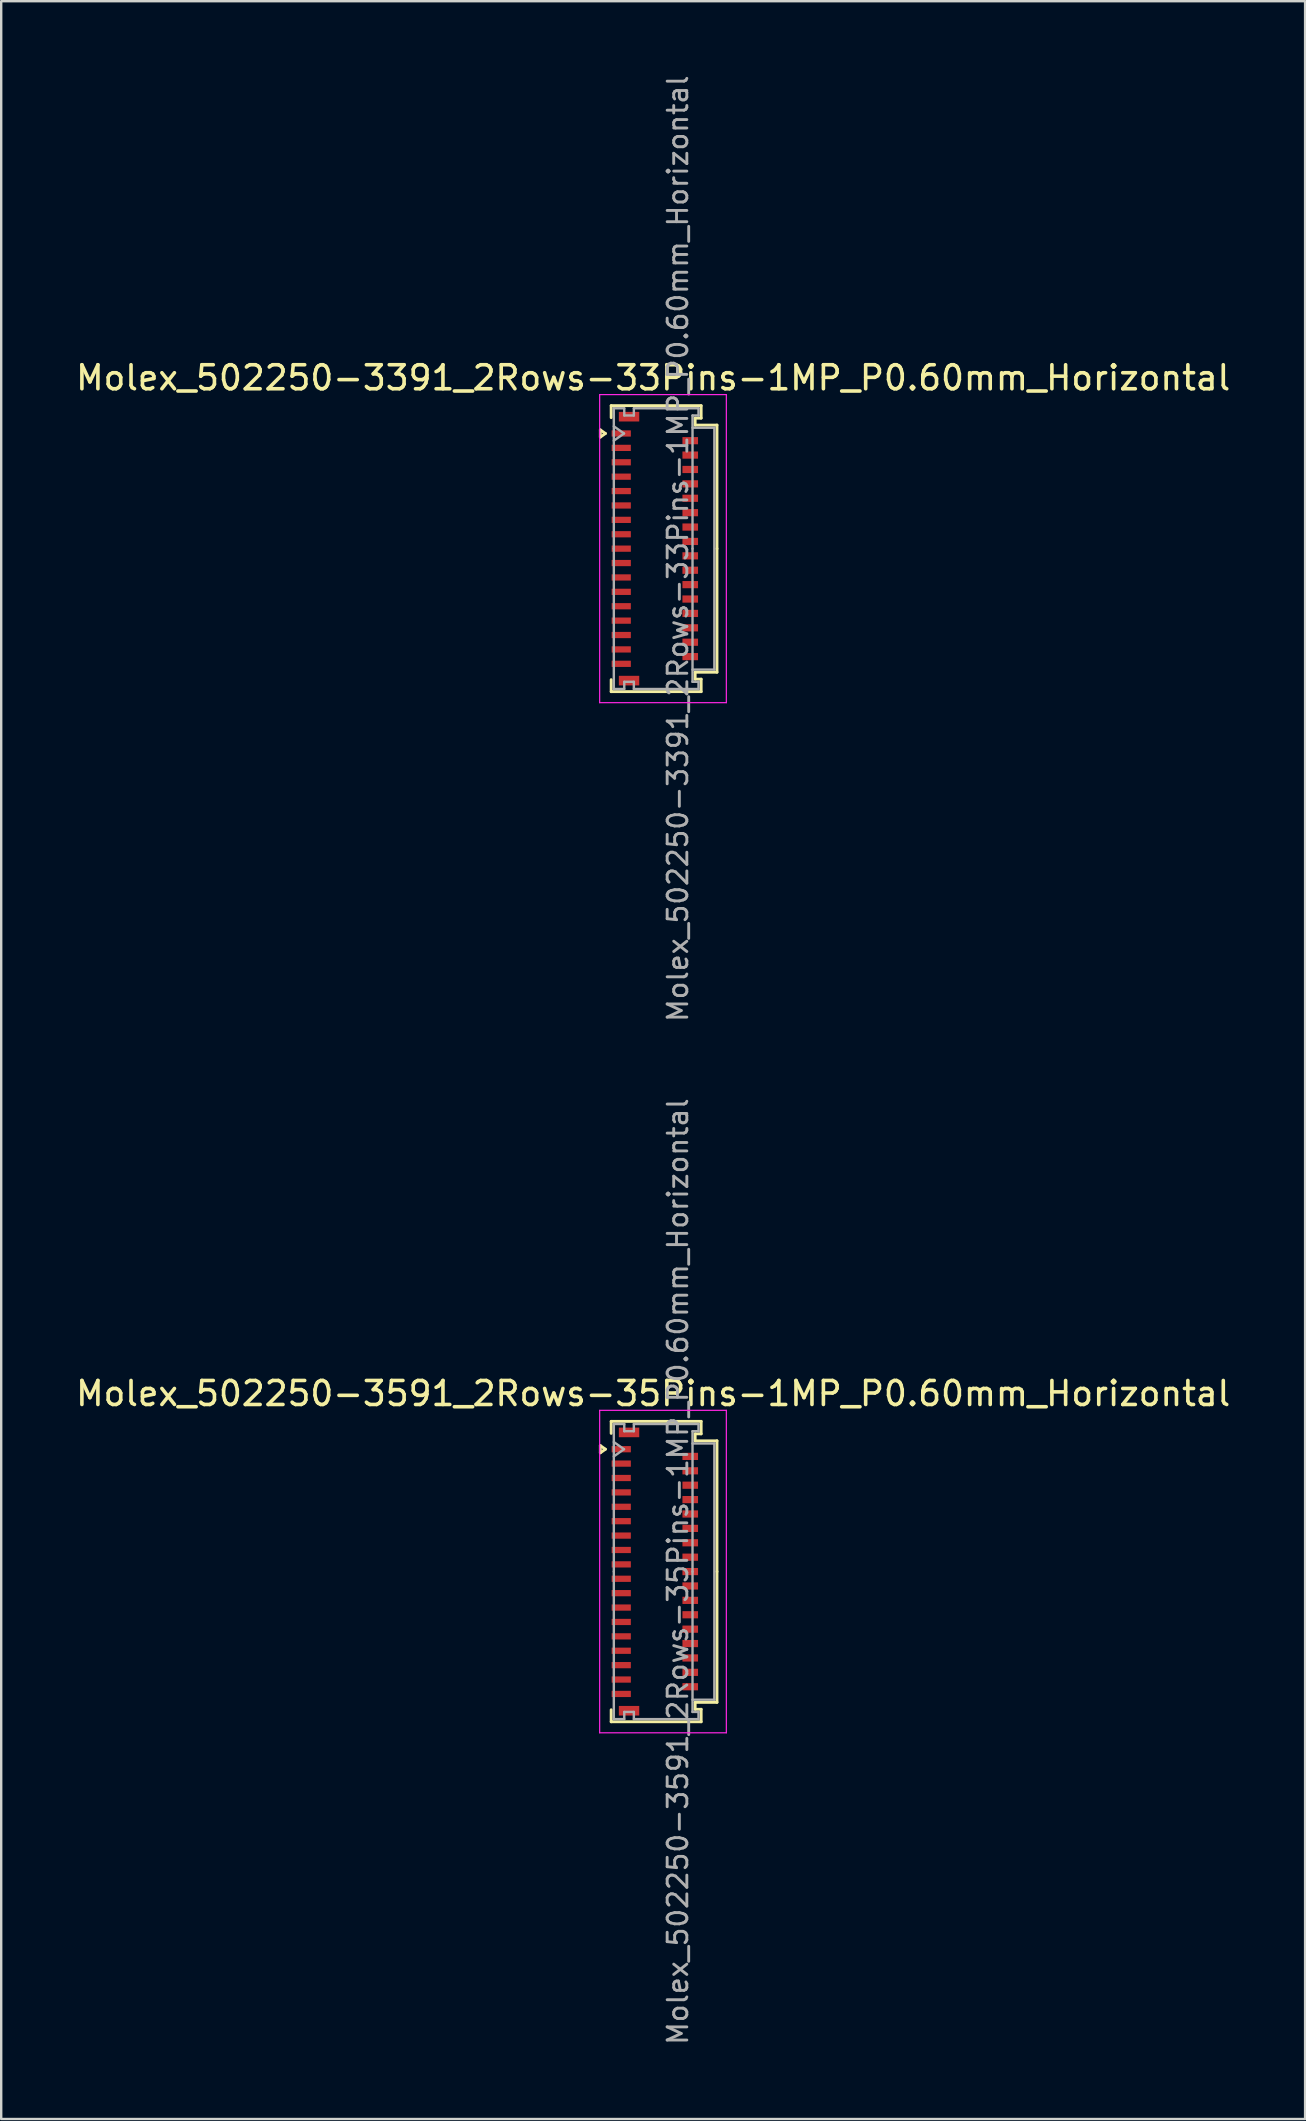
<source format=kicad_pcb>
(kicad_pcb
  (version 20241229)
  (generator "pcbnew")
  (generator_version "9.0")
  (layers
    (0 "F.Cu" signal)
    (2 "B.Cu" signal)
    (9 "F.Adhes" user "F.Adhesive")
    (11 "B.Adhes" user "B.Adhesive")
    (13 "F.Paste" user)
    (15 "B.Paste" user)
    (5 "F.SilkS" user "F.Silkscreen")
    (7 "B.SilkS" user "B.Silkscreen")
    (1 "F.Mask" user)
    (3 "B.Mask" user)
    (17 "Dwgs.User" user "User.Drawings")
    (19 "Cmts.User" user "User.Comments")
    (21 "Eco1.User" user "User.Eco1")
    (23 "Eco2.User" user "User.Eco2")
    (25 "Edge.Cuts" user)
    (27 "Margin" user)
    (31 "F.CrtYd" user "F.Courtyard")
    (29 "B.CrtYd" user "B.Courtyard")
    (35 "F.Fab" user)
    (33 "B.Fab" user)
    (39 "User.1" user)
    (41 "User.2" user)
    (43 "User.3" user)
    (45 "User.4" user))
  (footprint "Molex_502250-3591_2Rows-35Pins-1MP_P0.60mm_Horizontal"
    (layer "F.Cu")
    (at 24.243 62.451)
    (property "Reference" "Molex_502250-3591_2Rows-35Pins-1MP_P0.60mm_Horizontal" (at -0.07 -7.42 0) (layer "F.SilkS") (effects (font (size 1 1) (thickness 0.15))))
    (attr smd)
    (fp_line (start -2.272 -5.25) (end -2.06 -5.1) (stroke (width 0.12) (type solid)) (layer "F.SilkS"))
    (fp_line (start -2.272 -4.95) (end -2.272 -5.25) (stroke (width 0.12) (type solid)) (layer "F.SilkS"))
    (fp_line (start -2.06 -5.1) (end -2.272 -4.95) (stroke (width 0.12) (type solid)) (layer "F.SilkS"))
    (fp_line (start -1.82 -6.26) (end 1.93 -6.26) (stroke (width 0.12) (type solid)) (layer "F.SilkS"))
    (fp_line (start -1.82 -5.76) (end -1.82 -6.26) (stroke (width 0.12) (type solid)) (layer "F.SilkS"))
    (fp_line (start -1.82 5.76) (end -1.82 6.26) (stroke (width 0.12) (type solid)) (layer "F.SilkS"))
    (fp_line (start -1.82 6.26) (end 1.93 6.26) (stroke (width 0.12) (type solid)) (layer "F.SilkS"))
    (fp_line (start 1.68 -5.74) (end 1.68 -5.45) (stroke (width 0.12) (type solid)) (layer "F.SilkS"))
    (fp_line (start 1.68 -5.45) (end 2.59 -5.45) (stroke (width 0.12) (type solid)) (layer "F.SilkS"))
    (fp_line (start 1.68 5.45) (end 2.59 5.45) (stroke (width 0.12) (type solid)) (layer "F.SilkS"))
    (fp_line (start 1.68 5.74) (end 1.68 5.45) (stroke (width 0.12) (type solid)) (layer "F.SilkS"))
    (fp_line (start 1.93 -6.26) (end 1.93 -5.74) (stroke (width 0.12) (type solid)) (layer "F.SilkS"))
    (fp_line (start 1.93 -5.74) (end 1.68 -5.74) (stroke (width 0.12) (type solid)) (layer "F.SilkS"))
    (fp_line (start 1.93 5.74) (end 1.68 5.74) (stroke (width 0.12) (type solid)) (layer "F.SilkS"))
    (fp_line (start 1.93 6.26) (end 1.93 5.74) (stroke (width 0.12) (type solid)) (layer "F.SilkS"))
    (fp_line (start 2.59 -5.45) (end 2.59 0) (stroke (width 0.12) (type solid)) (layer "F.SilkS"))
    (fp_line (start 2.59 5.45) (end 2.59 0) (stroke (width 0.12) (type solid)) (layer "F.SilkS"))
    (fp_line (start -2.3 -6.72) (end -2.3 6.72) (stroke (width 0.05) (type solid)) (layer "F.CrtYd"))
    (fp_line (start -2.3 6.72) (end 2.98 6.72) (stroke (width 0.05) (type solid)) (layer "F.CrtYd"))
    (fp_line (start 2.98 -6.72) (end -2.3 -6.72) (stroke (width 0.05) (type solid)) (layer "F.CrtYd"))
    (fp_line (start 2.98 6.72) (end 2.98 -6.72) (stroke (width 0.05) (type solid)) (layer "F.CrtYd"))
    (fp_line (start -1.71 -6.15) (end -1.275 -6.15) (stroke (width 0.1) (type solid)) (layer "F.Fab"))
    (fp_line (start -1.71 -5.4) (end -1.286 -5.1) (stroke (width 0.1) (type solid)) (layer "F.Fab"))
    (fp_line (start -1.71 0) (end -1.71 -6.15) (stroke (width 0.1) (type solid)) (layer "F.Fab"))
    (fp_line (start -1.71 0) (end -1.71 6.15) (stroke (width 0.1) (type solid)) (layer "F.Fab"))
    (fp_line (start -1.71 6.15) (end -1.275 6.15) (stroke (width 0.1) (type solid)) (layer "F.Fab"))
    (fp_line (start -1.286 -5.1) (end -1.71 -4.8) (stroke (width 0.1) (type solid)) (layer "F.Fab"))
    (fp_line (start -1.275 -6.15) (end -1.275 -5.85) (stroke (width 0.1) (type solid)) (layer "F.Fab"))
    (fp_line (start -1.275 -5.85) (end -0.875 -5.85) (stroke (width 0.1) (type solid)) (layer "F.Fab"))
    (fp_line (start -1.275 5.85) (end -0.875 5.85) (stroke (width 0.1) (type solid)) (layer "F.Fab"))
    (fp_line (start -1.275 6.15) (end -1.275 5.85) (stroke (width 0.1) (type solid)) (layer "F.Fab"))
    (fp_line (start -0.875 -6.15) (end 1.82 -6.15) (stroke (width 0.1) (type solid)) (layer "F.Fab"))
    (fp_line (start -0.875 -5.85) (end -0.875 -6.15) (stroke (width 0.1) (type solid)) (layer "F.Fab"))
    (fp_line (start -0.875 5.85) (end -0.875 6.15) (stroke (width 0.1) (type solid)) (layer "F.Fab"))
    (fp_line (start -0.875 6.15) (end 1.82 6.15) (stroke (width 0.1) (type solid)) (layer "F.Fab"))
    (fp_line (start 1.57 -5.85) (end 1.57 0) (stroke (width 0.1) (type solid)) (layer "F.Fab"))
    (fp_line (start 1.57 -5.34) (end 2.48 -5.34) (stroke (width 0.1) (type solid)) (layer "F.Fab"))
    (fp_line (start 1.57 5.85) (end 1.57 0) (stroke (width 0.1) (type solid)) (layer "F.Fab"))
    (fp_line (start 1.82 -6.15) (end 1.82 -5.85) (stroke (width 0.1) (type solid)) (layer "F.Fab"))
    (fp_line (start 1.82 -5.85) (end 1.57 -5.85) (stroke (width 0.1) (type solid)) (layer "F.Fab"))
    (fp_line (start 1.82 5.85) (end 1.57 5.85) (stroke (width 0.1) (type solid)) (layer "F.Fab"))
    (fp_line (start 1.82 6.15) (end 1.82 5.85) (stroke (width 0.1) (type solid)) (layer "F.Fab"))
    (fp_line (start 2.48 -5.34) (end 2.48 5.34) (stroke (width 0.1) (type solid)) (layer "F.Fab"))
    (fp_line (start 2.48 5.34) (end 1.57 5.34) (stroke (width 0.1) (type solid)) (layer "F.Fab"))
    (fp_text user "${REFERENCE}" (at 0.96 0 90) (layer "F.Fab") (effects (font (size 0.82 0.82) (thickness 0.12))))
    (pad "1" smd rect (at -1.4 -5.1) (size 0.8 0.26) (layers "F.Cu" "F.Mask" "F.Paste"))
    (pad "2" smd rect (at 1.475 -4.8) (size 0.65 0.3) (layers "F.Cu" "F.Mask" "F.Paste"))
    (pad "3" smd rect (at -1.4 -4.5) (size 0.8 0.26) (layers "F.Cu" "F.Mask" "F.Paste"))
    (pad "4" smd rect (at 1.475 -4.2) (size 0.65 0.3) (layers "F.Cu" "F.Mask" "F.Paste"))
    (pad "5" smd rect (at -1.4 -3.9) (size 0.8 0.26) (layers "F.Cu" "F.Mask" "F.Paste"))
    (pad "6" smd rect (at 1.475 -3.6) (size 0.65 0.3) (layers "F.Cu" "F.Mask" "F.Paste"))
    (pad "7" smd rect (at -1.4 -3.3) (size 0.8 0.26) (layers "F.Cu" "F.Mask" "F.Paste"))
    (pad "8" smd rect (at 1.475 -3) (size 0.65 0.3) (layers "F.Cu" "F.Mask" "F.Paste"))
    (pad "9" smd rect (at -1.4 -2.7) (size 0.8 0.26) (layers "F.Cu" "F.Mask" "F.Paste"))
    (pad "10" smd rect (at 1.475 -2.4) (size 0.65 0.3) (layers "F.Cu" "F.Mask" "F.Paste"))
    (pad "11" smd rect (at -1.4 -2.1) (size 0.8 0.26) (layers "F.Cu" "F.Mask" "F.Paste"))
    (pad "12" smd rect (at 1.475 -1.8) (size 0.65 0.3) (layers "F.Cu" "F.Mask" "F.Paste"))
    (pad "13" smd rect (at -1.4 -1.5) (size 0.8 0.26) (layers "F.Cu" "F.Mask" "F.Paste"))
    (pad "14" smd rect (at 1.475 -1.2) (size 0.65 0.3) (layers "F.Cu" "F.Mask" "F.Paste"))
    (pad "15" smd rect (at -1.4 -0.9) (size 0.8 0.26) (layers "F.Cu" "F.Mask" "F.Paste"))
    (pad "16" smd rect (at 1.475 -0.6) (size 0.65 0.3) (layers "F.Cu" "F.Mask" "F.Paste"))
    (pad "17" smd rect (at -1.4 -0.3) (size 0.8 0.26) (layers "F.Cu" "F.Mask" "F.Paste"))
    (pad "18" smd rect (at 1.475 0) (size 0.65 0.3) (layers "F.Cu" "F.Mask" "F.Paste"))
    (pad "19" smd rect (at -1.4 0.3) (size 0.8 0.26) (layers "F.Cu" "F.Mask" "F.Paste"))
    (pad "20" smd rect (at 1.475 0.6) (size 0.65 0.3) (layers "F.Cu" "F.Mask" "F.Paste"))
    (pad "21" smd rect (at -1.4 0.9) (size 0.8 0.26) (layers "F.Cu" "F.Mask" "F.Paste"))
    (pad "22" smd rect (at 1.475 1.2) (size 0.65 0.3) (layers "F.Cu" "F.Mask" "F.Paste"))
    (pad "23" smd rect (at -1.4 1.5) (size 0.8 0.26) (layers "F.Cu" "F.Mask" "F.Paste"))
    (pad "24" smd rect (at 1.475 1.8) (size 0.65 0.3) (layers "F.Cu" "F.Mask" "F.Paste"))
    (pad "25" smd rect (at -1.4 2.1) (size 0.8 0.26) (layers "F.Cu" "F.Mask" "F.Paste"))
    (pad "26" smd rect (at 1.475 2.4) (size 0.65 0.3) (layers "F.Cu" "F.Mask" "F.Paste"))
    (pad "27" smd rect (at -1.4 2.7) (size 0.8 0.26) (layers "F.Cu" "F.Mask" "F.Paste"))
    (pad "28" smd rect (at 1.475 3) (size 0.65 0.3) (layers "F.Cu" "F.Mask" "F.Paste"))
    (pad "29" smd rect (at -1.4 3.3) (size 0.8 0.26) (layers "F.Cu" "F.Mask" "F.Paste"))
    (pad "30" smd rect (at 1.475 3.6) (size 0.65 0.3) (layers "F.Cu" "F.Mask" "F.Paste"))
    (pad "31" smd rect (at -1.4 3.9) (size 0.8 0.26) (layers "F.Cu" "F.Mask" "F.Paste"))
    (pad "32" smd rect (at 1.475 4.2) (size 0.65 0.3) (layers "F.Cu" "F.Mask" "F.Paste"))
    (pad "33" smd rect (at -1.4 4.5) (size 0.8 0.26) (layers "F.Cu" "F.Mask" "F.Paste"))
    (pad "34" smd rect (at 1.475 4.8) (size 0.65 0.3) (layers "F.Cu" "F.Mask" "F.Paste"))
    (pad "35" smd rect (at -1.4 5.1) (size 0.8 0.26) (layers "F.Cu" "F.Mask" "F.Paste"))
    (pad "MP" smd rect (at -1.075 -5.8) (size 0.85 0.4) (layers "F.Cu" "F.Mask" "F.Paste"))
    (pad "MP" smd rect (at -1.075 5.8) (size 0.85 0.4) (layers "F.Cu" "F.Mask" "F.Paste")))
  (footprint "Molex_502250-3391_2Rows-33Pins-1MP_P0.60mm_Horizontal"
    (layer "F.Cu")
    (at 24.243 19.817)
    (property "Reference" "Molex_502250-3391_2Rows-33Pins-1MP_P0.60mm_Horizontal" (at -0.07 -7.12 0) (layer "F.SilkS") (effects (font (size 1 1) (thickness 0.15))))
    (attr smd)
    (fp_line (start -2.272 -4.95) (end -2.06 -4.8) (stroke (width 0.12) (type solid)) (layer "F.SilkS"))
    (fp_line (start -2.272 -4.65) (end -2.272 -4.95) (stroke (width 0.12) (type solid)) (layer "F.SilkS"))
    (fp_line (start -2.06 -4.8) (end -2.272 -4.65) (stroke (width 0.12) (type solid)) (layer "F.SilkS"))
    (fp_line (start -1.82 -5.96) (end 1.93 -5.96) (stroke (width 0.12) (type solid)) (layer "F.SilkS"))
    (fp_line (start -1.82 -5.46) (end -1.82 -5.96) (stroke (width 0.12) (type solid)) (layer "F.SilkS"))
    (fp_line (start -1.82 5.46) (end -1.82 5.96) (stroke (width 0.12) (type solid)) (layer "F.SilkS"))
    (fp_line (start -1.82 5.96) (end 1.93 5.96) (stroke (width 0.12) (type solid)) (layer "F.SilkS"))
    (fp_line (start 1.68 -5.44) (end 1.68 -5.15) (stroke (width 0.12) (type solid)) (layer "F.SilkS"))
    (fp_line (start 1.68 -5.15) (end 2.59 -5.15) (stroke (width 0.12) (type solid)) (layer "F.SilkS"))
    (fp_line (start 1.68 5.15) (end 2.59 5.15) (stroke (width 0.12) (type solid)) (layer "F.SilkS"))
    (fp_line (start 1.68 5.44) (end 1.68 5.15) (stroke (width 0.12) (type solid)) (layer "F.SilkS"))
    (fp_line (start 1.93 -5.96) (end 1.93 -5.44) (stroke (width 0.12) (type solid)) (layer "F.SilkS"))
    (fp_line (start 1.93 -5.44) (end 1.68 -5.44) (stroke (width 0.12) (type solid)) (layer "F.SilkS"))
    (fp_line (start 1.93 5.44) (end 1.68 5.44) (stroke (width 0.12) (type solid)) (layer "F.SilkS"))
    (fp_line (start 1.93 5.96) (end 1.93 5.44) (stroke (width 0.12) (type solid)) (layer "F.SilkS"))
    (fp_line (start 2.59 -5.15) (end 2.59 0) (stroke (width 0.12) (type solid)) (layer "F.SilkS"))
    (fp_line (start 2.59 5.15) (end 2.59 0) (stroke (width 0.12) (type solid)) (layer "F.SilkS"))
    (fp_line (start -2.3 -6.42) (end -2.3 6.42) (stroke (width 0.05) (type solid)) (layer "F.CrtYd"))
    (fp_line (start -2.3 6.42) (end 2.98 6.42) (stroke (width 0.05) (type solid)) (layer "F.CrtYd"))
    (fp_line (start 2.98 -6.42) (end -2.3 -6.42) (stroke (width 0.05) (type solid)) (layer "F.CrtYd"))
    (fp_line (start 2.98 6.42) (end 2.98 -6.42) (stroke (width 0.05) (type solid)) (layer "F.CrtYd"))
    (fp_line (start -1.71 -5.85) (end -1.275 -5.85) (stroke (width 0.1) (type solid)) (layer "F.Fab"))
    (fp_line (start -1.71 -5.1) (end -1.286 -4.8) (stroke (width 0.1) (type solid)) (layer "F.Fab"))
    (fp_line (start -1.71 0) (end -1.71 -5.85) (stroke (width 0.1) (type solid)) (layer "F.Fab"))
    (fp_line (start -1.71 0) (end -1.71 5.85) (stroke (width 0.1) (type solid)) (layer "F.Fab"))
    (fp_line (start -1.71 5.85) (end -1.275 5.85) (stroke (width 0.1) (type solid)) (layer "F.Fab"))
    (fp_line (start -1.286 -4.8) (end -1.71 -4.5) (stroke (width 0.1) (type solid)) (layer "F.Fab"))
    (fp_line (start -1.275 -5.85) (end -1.275 -5.55) (stroke (width 0.1) (type solid)) (layer "F.Fab"))
    (fp_line (start -1.275 -5.55) (end -0.875 -5.55) (stroke (width 0.1) (type solid)) (layer "F.Fab"))
    (fp_line (start -1.275 5.55) (end -0.875 5.55) (stroke (width 0.1) (type solid)) (layer "F.Fab"))
    (fp_line (start -1.275 5.85) (end -1.275 5.55) (stroke (width 0.1) (type solid)) (layer "F.Fab"))
    (fp_line (start -0.875 -5.85) (end 1.82 -5.85) (stroke (width 0.1) (type solid)) (layer "F.Fab"))
    (fp_line (start -0.875 -5.55) (end -0.875 -5.85) (stroke (width 0.1) (type solid)) (layer "F.Fab"))
    (fp_line (start -0.875 5.55) (end -0.875 5.85) (stroke (width 0.1) (type solid)) (layer "F.Fab"))
    (fp_line (start -0.875 5.85) (end 1.82 5.85) (stroke (width 0.1) (type solid)) (layer "F.Fab"))
    (fp_line (start 1.57 -5.55) (end 1.57 0) (stroke (width 0.1) (type solid)) (layer "F.Fab"))
    (fp_line (start 1.57 -5.04) (end 2.48 -5.04) (stroke (width 0.1) (type solid)) (layer "F.Fab"))
    (fp_line (start 1.57 5.55) (end 1.57 0) (stroke (width 0.1) (type solid)) (layer "F.Fab"))
    (fp_line (start 1.82 -5.85) (end 1.82 -5.55) (stroke (width 0.1) (type solid)) (layer "F.Fab"))
    (fp_line (start 1.82 -5.55) (end 1.57 -5.55) (stroke (width 0.1) (type solid)) (layer "F.Fab"))
    (fp_line (start 1.82 5.55) (end 1.57 5.55) (stroke (width 0.1) (type solid)) (layer "F.Fab"))
    (fp_line (start 1.82 5.85) (end 1.82 5.55) (stroke (width 0.1) (type solid)) (layer "F.Fab"))
    (fp_line (start 2.48 -5.04) (end 2.48 5.04) (stroke (width 0.1) (type solid)) (layer "F.Fab"))
    (fp_line (start 2.48 5.04) (end 1.57 5.04) (stroke (width 0.1) (type solid)) (layer "F.Fab"))
    (fp_text user "${REFERENCE}" (at 0.96 0 90) (layer "F.Fab") (effects (font (size 0.82 0.82) (thickness 0.12))))
    (pad "1" smd rect (at -1.4 -4.8) (size 0.8 0.26) (layers "F.Cu" "F.Mask" "F.Paste"))
    (pad "2" smd rect (at 1.475 -4.5) (size 0.65 0.3) (layers "F.Cu" "F.Mask" "F.Paste"))
    (pad "3" smd rect (at -1.4 -4.2) (size 0.8 0.26) (layers "F.Cu" "F.Mask" "F.Paste"))
    (pad "4" smd rect (at 1.475 -3.9) (size 0.65 0.3) (layers "F.Cu" "F.Mask" "F.Paste"))
    (pad "5" smd rect (at -1.4 -3.6) (size 0.8 0.26) (layers "F.Cu" "F.Mask" "F.Paste"))
    (pad "6" smd rect (at 1.475 -3.3) (size 0.65 0.3) (layers "F.Cu" "F.Mask" "F.Paste"))
    (pad "7" smd rect (at -1.4 -3) (size 0.8 0.26) (layers "F.Cu" "F.Mask" "F.Paste"))
    (pad "8" smd rect (at 1.475 -2.7) (size 0.65 0.3) (layers "F.Cu" "F.Mask" "F.Paste"))
    (pad "9" smd rect (at -1.4 -2.4) (size 0.8 0.26) (layers "F.Cu" "F.Mask" "F.Paste"))
    (pad "10" smd rect (at 1.475 -2.1) (size 0.65 0.3) (layers "F.Cu" "F.Mask" "F.Paste"))
    (pad "11" smd rect (at -1.4 -1.8) (size 0.8 0.26) (layers "F.Cu" "F.Mask" "F.Paste"))
    (pad "12" smd rect (at 1.475 -1.5) (size 0.65 0.3) (layers "F.Cu" "F.Mask" "F.Paste"))
    (pad "13" smd rect (at -1.4 -1.2) (size 0.8 0.26) (layers "F.Cu" "F.Mask" "F.Paste"))
    (pad "14" smd rect (at 1.475 -0.9) (size 0.65 0.3) (layers "F.Cu" "F.Mask" "F.Paste"))
    (pad "15" smd rect (at -1.4 -0.6) (size 0.8 0.26) (layers "F.Cu" "F.Mask" "F.Paste"))
    (pad "16" smd rect (at 1.475 -0.3) (size 0.65 0.3) (layers "F.Cu" "F.Mask" "F.Paste"))
    (pad "17" smd rect (at -1.4 0) (size 0.8 0.26) (layers "F.Cu" "F.Mask" "F.Paste"))
    (pad "18" smd rect (at 1.475 0.3) (size 0.65 0.3) (layers "F.Cu" "F.Mask" "F.Paste"))
    (pad "19" smd rect (at -1.4 0.6) (size 0.8 0.26) (layers "F.Cu" "F.Mask" "F.Paste"))
    (pad "20" smd rect (at 1.475 0.9) (size 0.65 0.3) (layers "F.Cu" "F.Mask" "F.Paste"))
    (pad "21" smd rect (at -1.4 1.2) (size 0.8 0.26) (layers "F.Cu" "F.Mask" "F.Paste"))
    (pad "22" smd rect (at 1.475 1.5) (size 0.65 0.3) (layers "F.Cu" "F.Mask" "F.Paste"))
    (pad "23" smd rect (at -1.4 1.8) (size 0.8 0.26) (layers "F.Cu" "F.Mask" "F.Paste"))
    (pad "24" smd rect (at 1.475 2.1) (size 0.65 0.3) (layers "F.Cu" "F.Mask" "F.Paste"))
    (pad "25" smd rect (at -1.4 2.4) (size 0.8 0.26) (layers "F.Cu" "F.Mask" "F.Paste"))
    (pad "26" smd rect (at 1.475 2.7) (size 0.65 0.3) (layers "F.Cu" "F.Mask" "F.Paste"))
    (pad "27" smd rect (at -1.4 3) (size 0.8 0.26) (layers "F.Cu" "F.Mask" "F.Paste"))
    (pad "28" smd rect (at 1.475 3.3) (size 0.65 0.3) (layers "F.Cu" "F.Mask" "F.Paste"))
    (pad "29" smd rect (at -1.4 3.6) (size 0.8 0.26) (layers "F.Cu" "F.Mask" "F.Paste"))
    (pad "30" smd rect (at 1.475 3.9) (size 0.65 0.3) (layers "F.Cu" "F.Mask" "F.Paste"))
    (pad "31" smd rect (at -1.4 4.2) (size 0.8 0.26) (layers "F.Cu" "F.Mask" "F.Paste"))
    (pad "32" smd rect (at 1.475 4.5) (size 0.65 0.3) (layers "F.Cu" "F.Mask" "F.Paste"))
    (pad "33" smd rect (at -1.4 4.8) (size 0.8 0.26) (layers "F.Cu" "F.Mask" "F.Paste"))
    (pad "MP" smd rect (at -1.075 -5.5) (size 0.85 0.4) (layers "F.Cu" "F.Mask" "F.Paste"))
    (pad "MP" smd rect (at -1.075 5.5) (size 0.85 0.4) (layers "F.Cu" "F.Mask" "F.Paste")))
  (gr_rect
    (start -3 -3)
    (end 51.345 85.268)
    (stroke (width 0.1) (type default))
    (fill no)
    (layer "Edge.Cuts")))
</source>
